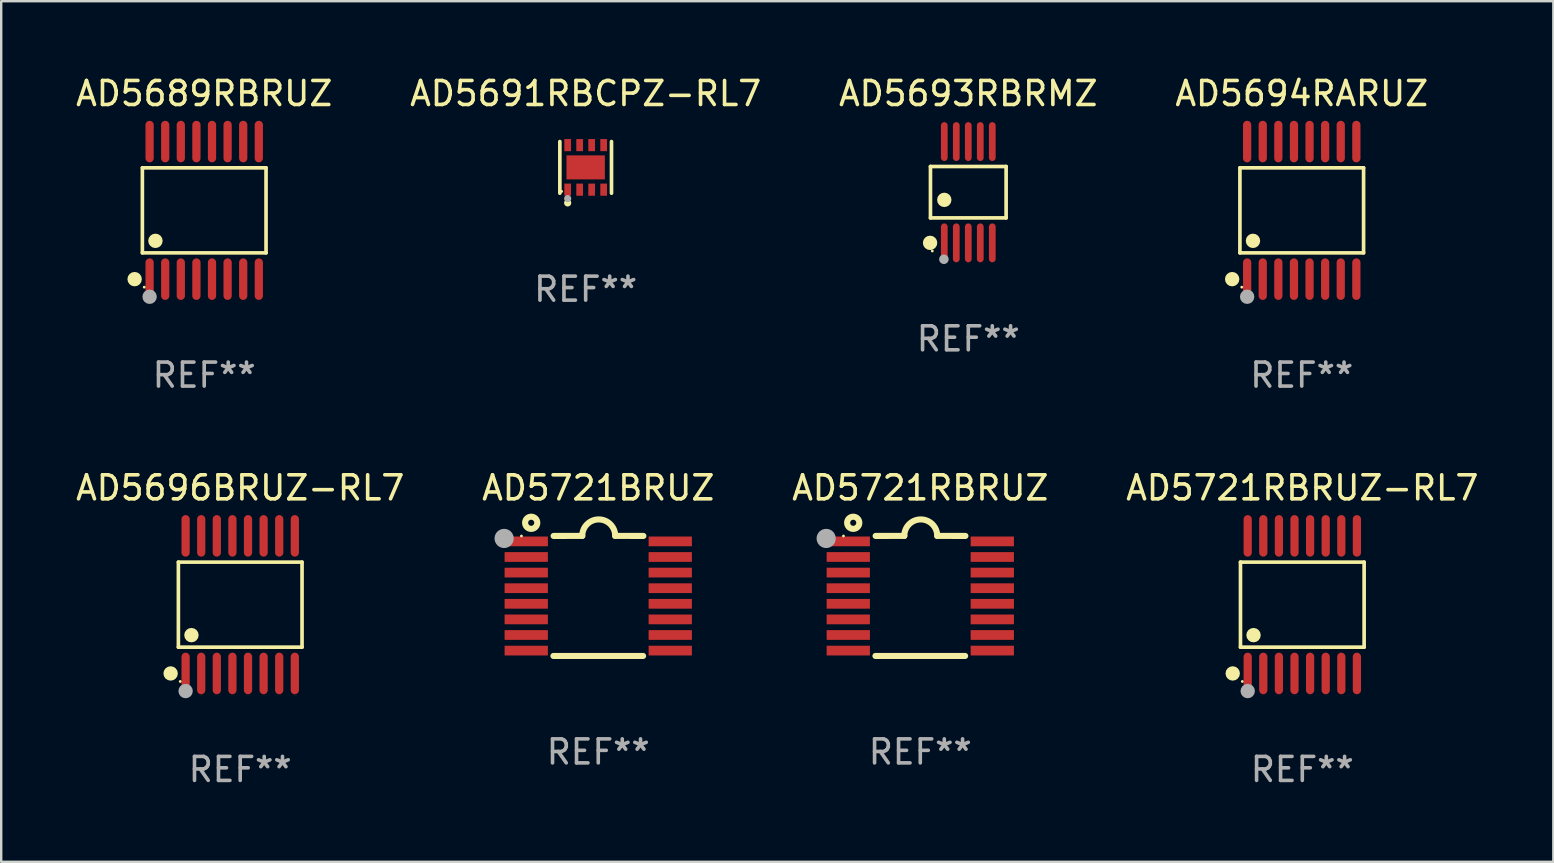
<source format=kicad_pcb>
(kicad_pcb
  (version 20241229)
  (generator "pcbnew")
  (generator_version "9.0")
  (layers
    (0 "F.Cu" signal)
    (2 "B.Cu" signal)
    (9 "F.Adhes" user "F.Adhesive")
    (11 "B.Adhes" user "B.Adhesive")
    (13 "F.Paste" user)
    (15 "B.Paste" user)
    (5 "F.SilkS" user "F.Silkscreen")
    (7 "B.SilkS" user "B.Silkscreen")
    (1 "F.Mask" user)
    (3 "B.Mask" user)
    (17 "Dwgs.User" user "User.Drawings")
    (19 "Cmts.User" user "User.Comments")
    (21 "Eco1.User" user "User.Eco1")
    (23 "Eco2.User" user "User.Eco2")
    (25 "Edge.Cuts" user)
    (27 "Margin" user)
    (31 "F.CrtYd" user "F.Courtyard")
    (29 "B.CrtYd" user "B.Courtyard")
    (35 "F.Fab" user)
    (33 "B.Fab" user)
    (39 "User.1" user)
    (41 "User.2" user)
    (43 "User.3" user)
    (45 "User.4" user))
  (footprint "AD5691RBCPZ-RL7"
    (layer "F.Cu")
    (at 21.351 3.924)
    (property "Reference" "AD5691RBCPZ-RL7" (at 0 -3.076 0) (layer "F.SilkS") (effects (font (size 1 1) (thickness 0.15))))
    (attr through_hole)
    (fp_line (start -1.076 1.076) (end -1.076 -1.076) (stroke (width 0.152) (type solid)) (layer "F.SilkS"))
    (fp_line (start 1.076 1.076) (end 1.076 -1.076) (stroke (width 0.152) (type solid)) (layer "F.SilkS"))
    (fp_circle (center -1 1) (end -0.97 1) (stroke (width 0.06) (type solid)) (fill no) (layer "F.SilkS"))
    (fp_circle (center -0.75 1.48) (end -0.675 1.48) (stroke (width 0.15) (type solid)) (fill no) (layer "F.SilkS"))
    (fp_circle (center -0.75 1.3) (end -0.675 1.3) (stroke (width 0.15) (type solid)) (fill no) (layer "F.Fab"))
    (fp_text user "REF**" (at 0 5.076 0) (layer "F.Fab") (effects (font (size 1 1) (thickness 0.15))))
    (pad "1" smd rect (at -0.75 0.928) (size 0.28 0.505) (layers "F.Cu" "F.Mask" "F.Paste"))
    (pad "2" smd rect (at -0.25 0.928) (size 0.28 0.505) (layers "F.Cu" "F.Mask" "F.Paste"))
    (pad "3" smd rect (at 0.25 0.928) (size 0.28 0.505) (layers "F.Cu" "F.Mask" "F.Paste"))
    (pad "4" smd rect (at 0.75 0.928) (size 0.28 0.505) (layers "F.Cu" "F.Mask" "F.Paste"))
    (pad "5" smd rect (at 0.75 -0.928) (size 0.28 0.505) (layers "F.Cu" "F.Mask" "F.Paste"))
    (pad "6" smd rect (at 0.25 -0.928) (size 0.28 0.505) (layers "F.Cu" "F.Mask" "F.Paste"))
    (pad "7" smd rect (at -0.25 -0.928) (size 0.28 0.505) (layers "F.Cu" "F.Mask" "F.Paste"))
    (pad "8" smd rect (at -0.75 -0.928) (size 0.28 0.505) (layers "F.Cu" "F.Mask" "F.Paste"))
    (pad "9" smd rect (at 0 0) (size 1.6 1) (layers "F.Cu" "F.Mask" "F.Paste")))
  (footprint "AD5721BRUZ"
    (layer "F.Cu")
    (at 21.875 21.778)
    (property "Reference" "AD5721BRUZ" (at 0 -4.501 0) (layer "F.SilkS") (effects (font (size 1 1) (thickness 0.15))))
    (attr through_hole)
    (fp_line (start -1.868 2.501) (end 1.868 2.501) (stroke (width 0.254) (type solid)) (layer "F.SilkS"))
    (fp_line (start -1.86 -2.499) (end -0.666 -2.501) (stroke (width 0.254) (type solid)) (layer "F.SilkS"))
    (fp_line (start 0.706 -2.501) (end 1.88 -2.499) (stroke (width 0.254) (type solid)) (layer "F.SilkS"))
    (fp_arc (start -0.665914 -2.501448) (mid 0.019888 -3.18725) (end 0.70569 -2.501448) (stroke (width 0.254001) (type solid)) (layer "F.SilkS"))
    (fp_circle (center -3.2 -2.497) (end -3.17 -2.497) (stroke (width 0.06) (type solid)) (fill no) (layer "F.SilkS"))
    (fp_circle (center -2.794 -3.047) (end -2.54 -3.047) (stroke (width 0.254) (type solid)) (fill no) (layer "F.SilkS"))
    (fp_circle (center -3.921 -2.395) (end -3.721 -2.395) (stroke (width 0.4) (type solid)) (fill no) (layer "F.Fab"))
    (fp_text user "REF**" (at 0 6.501 0) (layer "F.Fab") (effects (font (size 1 1) (thickness 0.15))))
    (pad "1" smd rect (at -3 -2.272) (size 1.803 0.406) (layers "F.Cu" "F.Mask" "F.Paste"))
    (pad "2" smd rect (at -3 -1.622) (size 1.803 0.406) (layers "F.Cu" "F.Mask" "F.Paste"))
    (pad "3" smd rect (at -3 -0.972) (size 1.803 0.406) (layers "F.Cu" "F.Mask" "F.Paste"))
    (pad "4" smd rect (at -3 -0.322) (size 1.803 0.406) (layers "F.Cu" "F.Mask" "F.Paste"))
    (pad "5" smd rect (at -3 0.328) (size 1.803 0.406) (layers "F.Cu" "F.Mask" "F.Paste"))
    (pad "6" smd rect (at -3 0.978) (size 1.803 0.406) (layers "F.Cu" "F.Mask" "F.Paste"))
    (pad "7" smd rect (at -3 1.628) (size 1.803 0.406) (layers "F.Cu" "F.Mask" "F.Paste"))
    (pad "8" smd rect (at -3 2.278) (size 1.803 0.406) (layers "F.Cu" "F.Mask" "F.Paste"))
    (pad "9" smd rect (at 3 2.278) (size 1.803 0.406) (layers "F.Cu" "F.Mask" "F.Paste"))
    (pad "10" smd rect (at 3 1.628) (size 1.803 0.406) (layers "F.Cu" "F.Mask" "F.Paste"))
    (pad "11" smd rect (at 3 0.978) (size 1.803 0.406) (layers "F.Cu" "F.Mask" "F.Paste"))
    (pad "12" smd rect (at 3 0.328) (size 1.803 0.406) (layers "F.Cu" "F.Mask" "F.Paste"))
    (pad "13" smd rect (at 3 -0.322) (size 1.803 0.406) (layers "F.Cu" "F.Mask" "F.Paste"))
    (pad "14" smd rect (at 3 -0.972) (size 1.803 0.406) (layers "F.Cu" "F.Mask" "F.Paste"))
    (pad "15" smd rect (at 3 -1.622) (size 1.803 0.406) (layers "F.Cu" "F.Mask" "F.Paste"))
    (pad "16" smd rect (at 3 -2.272) (size 1.803 0.406) (layers "F.Cu" "F.Mask" "F.Paste")))
  (footprint "AD5693RBRMZ"
    (layer "F.Cu")
    (at 37.292 4.958)
    (property "Reference" "AD5693RBRMZ" (at 0 -4.11 0) (layer "F.SilkS") (effects (font (size 1 1) (thickness 0.15))))
    (attr through_hole)
    (fp_line (start -1.576 -1.071) (end 1.576 -1.071) (stroke (width 0.152) (type solid)) (layer "F.SilkS"))
    (fp_line (start -1.576 1.071) (end -1.576 -1.071) (stroke (width 0.152) (type solid)) (layer "F.SilkS"))
    (fp_line (start 1.576 -1.071) (end 1.576 1.071) (stroke (width 0.152) (type solid)) (layer "F.SilkS"))
    (fp_line (start 1.576 1.071) (end -1.576 1.071) (stroke (width 0.152) (type solid)) (layer "F.SilkS"))
    (fp_circle (center -1.592 2.11) (end -1.442 2.11) (stroke (width 0.3) (type solid)) (fill no) (layer "F.SilkS"))
    (fp_circle (center -1.5 2.45) (end -1.47 2.45) (stroke (width 0.06) (type solid)) (fill no) (layer "F.SilkS"))
    (fp_circle (center -1 0.319) (end -0.85 0.319) (stroke (width 0.3) (type solid)) (fill no) (layer "F.SilkS"))
    (fp_circle (center -1.016 2.794) (end -0.916 2.794) (stroke (width 0.2) (type solid)) (fill no) (layer "F.Fab"))
    (fp_text user "REF**" (at 0 6.11 0) (layer "F.Fab") (effects (font (size 1 1) (thickness 0.15))))
    (pad "1" smd oval (at -1 2.11) (size 0.28 1.62) (layers "F.Cu" "F.Mask" "F.Paste"))
    (pad "2" smd oval (at -0.5 2.11) (size 0.28 1.62) (layers "F.Cu" "F.Mask" "F.Paste"))
    (pad "3" smd oval (at 0 2.11) (size 0.28 1.62) (layers "F.Cu" "F.Mask" "F.Paste"))
    (pad "4" smd oval (at 0.5 2.11) (size 0.28 1.62) (layers "F.Cu" "F.Mask" "F.Paste"))
    (pad "5" smd oval (at 1 2.11) (size 0.28 1.62) (layers "F.Cu" "F.Mask" "F.Paste"))
    (pad "6" smd oval (at 1 -2.11) (size 0.28 1.62) (layers "F.Cu" "F.Mask" "F.Paste"))
    (pad "7" smd oval (at 0.5 -2.11) (size 0.28 1.62) (layers "F.Cu" "F.Mask" "F.Paste"))
    (pad "8" smd oval (at 0 -2.11) (size 0.28 1.62) (layers "F.Cu" "F.Mask" "F.Paste"))
    (pad "9" smd oval (at -0.5 -2.11) (size 0.28 1.62) (layers "F.Cu" "F.Mask" "F.Paste"))
    (pad "10" smd oval (at -1 -2.11) (size 0.28 1.62) (layers "F.Cu" "F.Mask" "F.Paste")))
  (footprint "AD5721RBRUZ-RL7"
    (layer "F.Cu")
    (at 51.208 22.142)
    (property "Reference" "AD5721RBRUZ-RL7" (at 0 -4.866 0) (layer "F.SilkS") (effects (font (size 1 1) (thickness 0.15))))
    (attr through_hole)
    (fp_line (start -2.576 -1.772) (end 2.576 -1.772) (stroke (width 0.152) (type solid)) (layer "F.SilkS"))
    (fp_line (start -2.576 1.771) (end -2.576 -1.772) (stroke (width 0.152) (type solid)) (layer "F.SilkS"))
    (fp_line (start 2.576 -1.772) (end 2.576 1.771) (stroke (width 0.152) (type solid)) (layer "F.SilkS"))
    (fp_line (start 2.576 1.771) (end -2.576 1.771) (stroke (width 0.152) (type solid)) (layer "F.SilkS"))
    (fp_circle (center -2.899 2.866) (end -2.749 2.866) (stroke (width 0.3) (type solid)) (fill no) (layer "F.SilkS"))
    (fp_circle (center -2.5 3.2) (end -2.47 3.2) (stroke (width 0.06) (type solid)) (fill no) (layer "F.SilkS"))
    (fp_circle (center -2.032 1.27) (end -1.882 1.27) (stroke (width 0.3) (type solid)) (fill no) (layer "F.SilkS"))
    (fp_circle (center -2.275 3.6) (end -2.125 3.6) (stroke (width 0.3) (type solid)) (fill no) (layer "F.Fab"))
    (fp_text user "REF**" (at 0 6.866 0) (layer "F.Fab") (effects (font (size 1 1) (thickness 0.15))))
    (pad "1" smd oval (at -2.275 2.866) (size 0.343 1.731) (layers "F.Cu" "F.Mask" "F.Paste"))
    (pad "2" smd oval (at -1.625 2.866) (size 0.343 1.731) (layers "F.Cu" "F.Mask" "F.Paste"))
    (pad "3" smd oval (at -0.975 2.866) (size 0.343 1.731) (layers "F.Cu" "F.Mask" "F.Paste"))
    (pad "4" smd oval (at -0.325 2.866) (size 0.343 1.731) (layers "F.Cu" "F.Mask" "F.Paste"))
    (pad "5" smd oval (at 0.325 2.866) (size 0.343 1.731) (layers "F.Cu" "F.Mask" "F.Paste"))
    (pad "6" smd oval (at 0.975 2.866) (size 0.343 1.731) (layers "F.Cu" "F.Mask" "F.Paste"))
    (pad "7" smd oval (at 1.625 2.866) (size 0.343 1.731) (layers "F.Cu" "F.Mask" "F.Paste"))
    (pad "8" smd oval (at 2.275 2.866) (size 0.343 1.731) (layers "F.Cu" "F.Mask" "F.Paste"))
    (pad "9" smd oval (at 2.275 -2.866) (size 0.343 1.731) (layers "F.Cu" "F.Mask" "F.Paste"))
    (pad "10" smd oval (at 1.625 -2.866) (size 0.343 1.731) (layers "F.Cu" "F.Mask" "F.Paste"))
    (pad "11" smd oval (at 0.975 -2.866) (size 0.343 1.731) (layers "F.Cu" "F.Mask" "F.Paste"))
    (pad "12" smd oval (at 0.325 -2.866) (size 0.343 1.731) (layers "F.Cu" "F.Mask" "F.Paste"))
    (pad "13" smd oval (at -0.325 -2.866) (size 0.343 1.731) (layers "F.Cu" "F.Mask" "F.Paste"))
    (pad "14" smd oval (at -0.975 -2.866) (size 0.343 1.731) (layers "F.Cu" "F.Mask" "F.Paste"))
    (pad "15" smd oval (at -1.625 -2.866) (size 0.343 1.731) (layers "F.Cu" "F.Mask" "F.Paste"))
    (pad "16" smd oval (at -2.275 -2.866) (size 0.343 1.731) (layers "F.Cu" "F.Mask" "F.Paste")))
  (footprint "AD5689RBRUZ"
    (layer "F.Cu")
    (at 5.458 5.714)
    (property "Reference" "AD5689RBRUZ" (at 0 -4.866 0) (layer "F.SilkS") (effects (font (size 1 1) (thickness 0.15))))
    (attr through_hole)
    (fp_line (start -2.576 -1.772) (end 2.576 -1.772) (stroke (width 0.152) (type solid)) (layer "F.SilkS"))
    (fp_line (start -2.576 1.771) (end -2.576 -1.772) (stroke (width 0.152) (type solid)) (layer "F.SilkS"))
    (fp_line (start 2.576 -1.772) (end 2.576 1.771) (stroke (width 0.152) (type solid)) (layer "F.SilkS"))
    (fp_line (start 2.576 1.771) (end -2.576 1.771) (stroke (width 0.152) (type solid)) (layer "F.SilkS"))
    (fp_circle (center -2.899 2.866) (end -2.749 2.866) (stroke (width 0.3) (type solid)) (fill no) (layer "F.SilkS"))
    (fp_circle (center -2.5 3.2) (end -2.47 3.2) (stroke (width 0.06) (type solid)) (fill no) (layer "F.SilkS"))
    (fp_circle (center -2.032 1.27) (end -1.882 1.27) (stroke (width 0.3) (type solid)) (fill no) (layer "F.SilkS"))
    (fp_circle (center -2.275 3.6) (end -2.125 3.6) (stroke (width 0.3) (type solid)) (fill no) (layer "F.Fab"))
    (fp_text user "REF**" (at 0 6.866 0) (layer "F.Fab") (effects (font (size 1 1) (thickness 0.15))))
    (pad "1" smd oval (at -2.275 2.866) (size 0.343 1.731) (layers "F.Cu" "F.Mask" "F.Paste"))
    (pad "2" smd oval (at -1.625 2.866) (size 0.343 1.731) (layers "F.Cu" "F.Mask" "F.Paste"))
    (pad "3" smd oval (at -0.975 2.866) (size 0.343 1.731) (layers "F.Cu" "F.Mask" "F.Paste"))
    (pad "4" smd oval (at -0.325 2.866) (size 0.343 1.731) (layers "F.Cu" "F.Mask" "F.Paste"))
    (pad "5" smd oval (at 0.325 2.866) (size 0.343 1.731) (layers "F.Cu" "F.Mask" "F.Paste"))
    (pad "6" smd oval (at 0.975 2.866) (size 0.343 1.731) (layers "F.Cu" "F.Mask" "F.Paste"))
    (pad "7" smd oval (at 1.625 2.866) (size 0.343 1.731) (layers "F.Cu" "F.Mask" "F.Paste"))
    (pad "8" smd oval (at 2.275 2.866) (size 0.343 1.731) (layers "F.Cu" "F.Mask" "F.Paste"))
    (pad "9" smd oval (at 2.275 -2.866) (size 0.343 1.731) (layers "F.Cu" "F.Mask" "F.Paste"))
    (pad "10" smd oval (at 1.625 -2.866) (size 0.343 1.731) (layers "F.Cu" "F.Mask" "F.Paste"))
    (pad "11" smd oval (at 0.975 -2.866) (size 0.343 1.731) (layers "F.Cu" "F.Mask" "F.Paste"))
    (pad "12" smd oval (at 0.325 -2.866) (size 0.343 1.731) (layers "F.Cu" "F.Mask" "F.Paste"))
    (pad "13" smd oval (at -0.325 -2.866) (size 0.343 1.731) (layers "F.Cu" "F.Mask" "F.Paste"))
    (pad "14" smd oval (at -0.975 -2.866) (size 0.343 1.731) (layers "F.Cu" "F.Mask" "F.Paste"))
    (pad "15" smd oval (at -1.625 -2.866) (size 0.343 1.731) (layers "F.Cu" "F.Mask" "F.Paste"))
    (pad "16" smd oval (at -2.275 -2.866) (size 0.343 1.731) (layers "F.Cu" "F.Mask" "F.Paste")))
  (footprint "AD5721RBRUZ"
    (layer "F.Cu")
    (at 35.292 21.778)
    (property "Reference" "AD5721RBRUZ" (at 0 -4.501 0) (layer "F.SilkS") (effects (font (size 1 1) (thickness 0.15))))
    (attr through_hole)
    (fp_line (start -1.868 2.501) (end 1.868 2.501) (stroke (width 0.254) (type solid)) (layer "F.SilkS"))
    (fp_line (start -1.86 -2.499) (end -0.666 -2.501) (stroke (width 0.254) (type solid)) (layer "F.SilkS"))
    (fp_line (start 0.706 -2.501) (end 1.88 -2.499) (stroke (width 0.254) (type solid)) (layer "F.SilkS"))
    (fp_arc (start -0.665914 -2.501448) (mid 0.019888 -3.18725) (end 0.70569 -2.501448) (stroke (width 0.254001) (type solid)) (layer "F.SilkS"))
    (fp_circle (center -3.2 -2.497) (end -3.17 -2.497) (stroke (width 0.06) (type solid)) (fill no) (layer "F.SilkS"))
    (fp_circle (center -2.794 -3.047) (end -2.54 -3.047) (stroke (width 0.254) (type solid)) (fill no) (layer "F.SilkS"))
    (fp_circle (center -3.921 -2.395) (end -3.721 -2.395) (stroke (width 0.4) (type solid)) (fill no) (layer "F.Fab"))
    (fp_text user "REF**" (at 0 6.501 0) (layer "F.Fab") (effects (font (size 1 1) (thickness 0.15))))
    (pad "1" smd rect (at -3 -2.272) (size 1.803 0.406) (layers "F.Cu" "F.Mask" "F.Paste"))
    (pad "2" smd rect (at -3 -1.622) (size 1.803 0.406) (layers "F.Cu" "F.Mask" "F.Paste"))
    (pad "3" smd rect (at -3 -0.972) (size 1.803 0.406) (layers "F.Cu" "F.Mask" "F.Paste"))
    (pad "4" smd rect (at -3 -0.322) (size 1.803 0.406) (layers "F.Cu" "F.Mask" "F.Paste"))
    (pad "5" smd rect (at -3 0.328) (size 1.803 0.406) (layers "F.Cu" "F.Mask" "F.Paste"))
    (pad "6" smd rect (at -3 0.978) (size 1.803 0.406) (layers "F.Cu" "F.Mask" "F.Paste"))
    (pad "7" smd rect (at -3 1.628) (size 1.803 0.406) (layers "F.Cu" "F.Mask" "F.Paste"))
    (pad "8" smd rect (at -3 2.278) (size 1.803 0.406) (layers "F.Cu" "F.Mask" "F.Paste"))
    (pad "9" smd rect (at 3 2.278) (size 1.803 0.406) (layers "F.Cu" "F.Mask" "F.Paste"))
    (pad "10" smd rect (at 3 1.628) (size 1.803 0.406) (layers "F.Cu" "F.Mask" "F.Paste"))
    (pad "11" smd rect (at 3 0.978) (size 1.803 0.406) (layers "F.Cu" "F.Mask" "F.Paste"))
    (pad "12" smd rect (at 3 0.328) (size 1.803 0.406) (layers "F.Cu" "F.Mask" "F.Paste"))
    (pad "13" smd rect (at 3 -0.322) (size 1.803 0.406) (layers "F.Cu" "F.Mask" "F.Paste"))
    (pad "14" smd rect (at 3 -0.972) (size 1.803 0.406) (layers "F.Cu" "F.Mask" "F.Paste"))
    (pad "15" smd rect (at 3 -1.622) (size 1.803 0.406) (layers "F.Cu" "F.Mask" "F.Paste"))
    (pad "16" smd rect (at 3 -2.272) (size 1.803 0.406) (layers "F.Cu" "F.Mask" "F.Paste")))
  (footprint "AD5696BRUZ-RL7"
    (layer "F.Cu")
    (at 6.958 22.142)
    (property "Reference" "AD5696BRUZ-RL7" (at 0 -4.866 0) (layer "F.SilkS") (effects (font (size 1 1) (thickness 0.15))))
    (attr through_hole)
    (fp_line (start -2.576 -1.772) (end 2.576 -1.772) (stroke (width 0.152) (type solid)) (layer "F.SilkS"))
    (fp_line (start -2.576 1.771) (end -2.576 -1.772) (stroke (width 0.152) (type solid)) (layer "F.SilkS"))
    (fp_line (start 2.576 -1.772) (end 2.576 1.771) (stroke (width 0.152) (type solid)) (layer "F.SilkS"))
    (fp_line (start 2.576 1.771) (end -2.576 1.771) (stroke (width 0.152) (type solid)) (layer "F.SilkS"))
    (fp_circle (center -2.899 2.866) (end -2.749 2.866) (stroke (width 0.3) (type solid)) (fill no) (layer "F.SilkS"))
    (fp_circle (center -2.5 3.2) (end -2.47 3.2) (stroke (width 0.06) (type solid)) (fill no) (layer "F.SilkS"))
    (fp_circle (center -2.032 1.27) (end -1.882 1.27) (stroke (width 0.3) (type solid)) (fill no) (layer "F.SilkS"))
    (fp_circle (center -2.275 3.6) (end -2.125 3.6) (stroke (width 0.3) (type solid)) (fill no) (layer "F.Fab"))
    (fp_text user "REF**" (at 0 6.866 0) (layer "F.Fab") (effects (font (size 1 1) (thickness 0.15))))
    (pad "1" smd oval (at -2.275 2.866) (size 0.343 1.731) (layers "F.Cu" "F.Mask" "F.Paste"))
    (pad "2" smd oval (at -1.625 2.866) (size 0.343 1.731) (layers "F.Cu" "F.Mask" "F.Paste"))
    (pad "3" smd oval (at -0.975 2.866) (size 0.343 1.731) (layers "F.Cu" "F.Mask" "F.Paste"))
    (pad "4" smd oval (at -0.325 2.866) (size 0.343 1.731) (layers "F.Cu" "F.Mask" "F.Paste"))
    (pad "5" smd oval (at 0.325 2.866) (size 0.343 1.731) (layers "F.Cu" "F.Mask" "F.Paste"))
    (pad "6" smd oval (at 0.975 2.866) (size 0.343 1.731) (layers "F.Cu" "F.Mask" "F.Paste"))
    (pad "7" smd oval (at 1.625 2.866) (size 0.343 1.731) (layers "F.Cu" "F.Mask" "F.Paste"))
    (pad "8" smd oval (at 2.275 2.866) (size 0.343 1.731) (layers "F.Cu" "F.Mask" "F.Paste"))
    (pad "9" smd oval (at 2.275 -2.866) (size 0.343 1.731) (layers "F.Cu" "F.Mask" "F.Paste"))
    (pad "10" smd oval (at 1.625 -2.866) (size 0.343 1.731) (layers "F.Cu" "F.Mask" "F.Paste"))
    (pad "11" smd oval (at 0.975 -2.866) (size 0.343 1.731) (layers "F.Cu" "F.Mask" "F.Paste"))
    (pad "12" smd oval (at 0.325 -2.866) (size 0.343 1.731) (layers "F.Cu" "F.Mask" "F.Paste"))
    (pad "13" smd oval (at -0.325 -2.866) (size 0.343 1.731) (layers "F.Cu" "F.Mask" "F.Paste"))
    (pad "14" smd oval (at -0.975 -2.866) (size 0.343 1.731) (layers "F.Cu" "F.Mask" "F.Paste"))
    (pad "15" smd oval (at -1.625 -2.866) (size 0.343 1.731) (layers "F.Cu" "F.Mask" "F.Paste"))
    (pad "16" smd oval (at -2.275 -2.866) (size 0.343 1.731) (layers "F.Cu" "F.Mask" "F.Paste")))
  (footprint "AD5694RARUZ"
    (layer "F.Cu")
    (at 51.185 5.714)
    (property "Reference" "AD5694RARUZ" (at 0 -4.866 0) (layer "F.SilkS") (effects (font (size 1 1) (thickness 0.15))))
    (attr through_hole)
    (fp_line (start -2.576 -1.772) (end 2.576 -1.772) (stroke (width 0.152) (type solid)) (layer "F.SilkS"))
    (fp_line (start -2.576 1.771) (end -2.576 -1.772) (stroke (width 0.152) (type solid)) (layer "F.SilkS"))
    (fp_line (start 2.576 -1.772) (end 2.576 1.771) (stroke (width 0.152) (type solid)) (layer "F.SilkS"))
    (fp_line (start 2.576 1.771) (end -2.576 1.771) (stroke (width 0.152) (type solid)) (layer "F.SilkS"))
    (fp_circle (center -2.899 2.866) (end -2.749 2.866) (stroke (width 0.3) (type solid)) (fill no) (layer "F.SilkS"))
    (fp_circle (center -2.5 3.2) (end -2.47 3.2) (stroke (width 0.06) (type solid)) (fill no) (layer "F.SilkS"))
    (fp_circle (center -2.032 1.27) (end -1.882 1.27) (stroke (width 0.3) (type solid)) (fill no) (layer "F.SilkS"))
    (fp_circle (center -2.275 3.6) (end -2.125 3.6) (stroke (width 0.3) (type solid)) (fill no) (layer "F.Fab"))
    (fp_text user "REF**" (at 0 6.866 0) (layer "F.Fab") (effects (font (size 1 1) (thickness 0.15))))
    (pad "1" smd oval (at -2.275 2.866) (size 0.343 1.731) (layers "F.Cu" "F.Mask" "F.Paste"))
    (pad "2" smd oval (at -1.625 2.866) (size 0.343 1.731) (layers "F.Cu" "F.Mask" "F.Paste"))
    (pad "3" smd oval (at -0.975 2.866) (size 0.343 1.731) (layers "F.Cu" "F.Mask" "F.Paste"))
    (pad "4" smd oval (at -0.325 2.866) (size 0.343 1.731) (layers "F.Cu" "F.Mask" "F.Paste"))
    (pad "5" smd oval (at 0.325 2.866) (size 0.343 1.731) (layers "F.Cu" "F.Mask" "F.Paste"))
    (pad "6" smd oval (at 0.975 2.866) (size 0.343 1.731) (layers "F.Cu" "F.Mask" "F.Paste"))
    (pad "7" smd oval (at 1.625 2.866) (size 0.343 1.731) (layers "F.Cu" "F.Mask" "F.Paste"))
    (pad "8" smd oval (at 2.275 2.866) (size 0.343 1.731) (layers "F.Cu" "F.Mask" "F.Paste"))
    (pad "9" smd oval (at 2.275 -2.866) (size 0.343 1.731) (layers "F.Cu" "F.Mask" "F.Paste"))
    (pad "10" smd oval (at 1.625 -2.866) (size 0.343 1.731) (layers "F.Cu" "F.Mask" "F.Paste"))
    (pad "11" smd oval (at 0.975 -2.866) (size 0.343 1.731) (layers "F.Cu" "F.Mask" "F.Paste"))
    (pad "12" smd oval (at 0.325 -2.866) (size 0.343 1.731) (layers "F.Cu" "F.Mask" "F.Paste"))
    (pad "13" smd oval (at -0.325 -2.866) (size 0.343 1.731) (layers "F.Cu" "F.Mask" "F.Paste"))
    (pad "14" smd oval (at -0.975 -2.866) (size 0.343 1.731) (layers "F.Cu" "F.Mask" "F.Paste"))
    (pad "15" smd oval (at -1.625 -2.866) (size 0.343 1.731) (layers "F.Cu" "F.Mask" "F.Paste"))
    (pad "16" smd oval (at -2.275 -2.866) (size 0.343 1.731) (layers "F.Cu" "F.Mask" "F.Paste")))
  (gr_rect
    (start -3 -3)
    (end 61.667 32.856)
    (stroke (width 0.1) (type default))
    (fill no)
    (layer "Edge.Cuts")))
</source>
